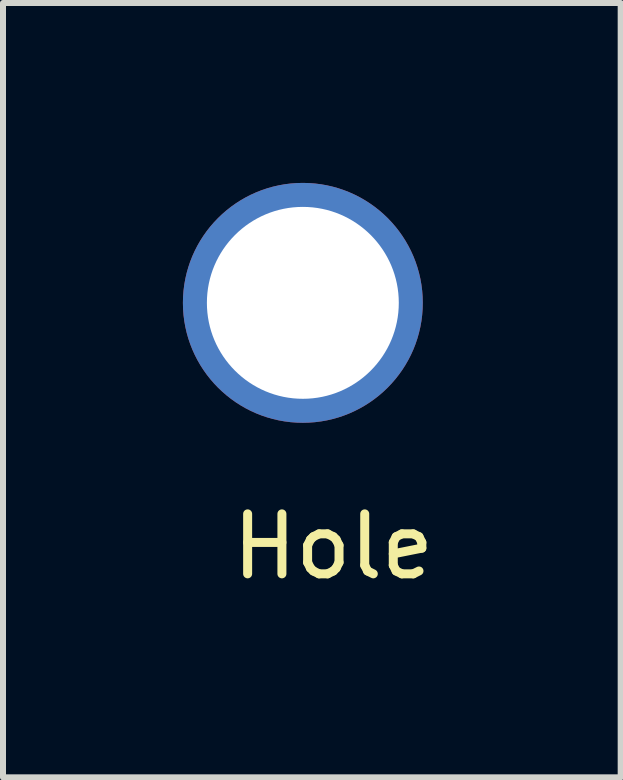
<source format=kicad_pcb>
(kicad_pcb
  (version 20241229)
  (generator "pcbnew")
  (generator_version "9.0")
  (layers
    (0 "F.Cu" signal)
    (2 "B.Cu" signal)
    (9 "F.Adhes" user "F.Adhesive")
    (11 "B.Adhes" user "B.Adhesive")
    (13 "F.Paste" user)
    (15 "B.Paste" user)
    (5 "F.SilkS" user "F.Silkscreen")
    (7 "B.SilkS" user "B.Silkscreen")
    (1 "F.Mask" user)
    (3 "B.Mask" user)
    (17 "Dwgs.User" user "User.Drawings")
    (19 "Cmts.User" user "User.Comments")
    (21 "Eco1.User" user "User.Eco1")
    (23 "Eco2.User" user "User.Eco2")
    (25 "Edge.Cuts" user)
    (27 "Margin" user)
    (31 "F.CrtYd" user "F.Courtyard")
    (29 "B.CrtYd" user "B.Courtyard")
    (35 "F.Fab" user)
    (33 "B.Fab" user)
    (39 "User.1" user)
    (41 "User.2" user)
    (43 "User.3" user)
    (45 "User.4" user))
  (footprint "Hole"
    (layer "F.Cu")
    (at 2 2)
    (property "Reference" "Hole" (at 0.508 4.064 0) (layer "F.SilkS") (effects (font (size 1 1) (thickness 0.15))))
    (attr through_hole)
    (pad "1" thru_hole circle (at 0 0) (size 4 4) (drill 3.2) (layers "*.Cu" "*.Mask")))
  (gr_rect
    (start -3 -3)
    (end 7.3 9.912)
    (stroke (width 0.1) (type default))
    (fill no)
    (layer "Edge.Cuts")))
</source>
